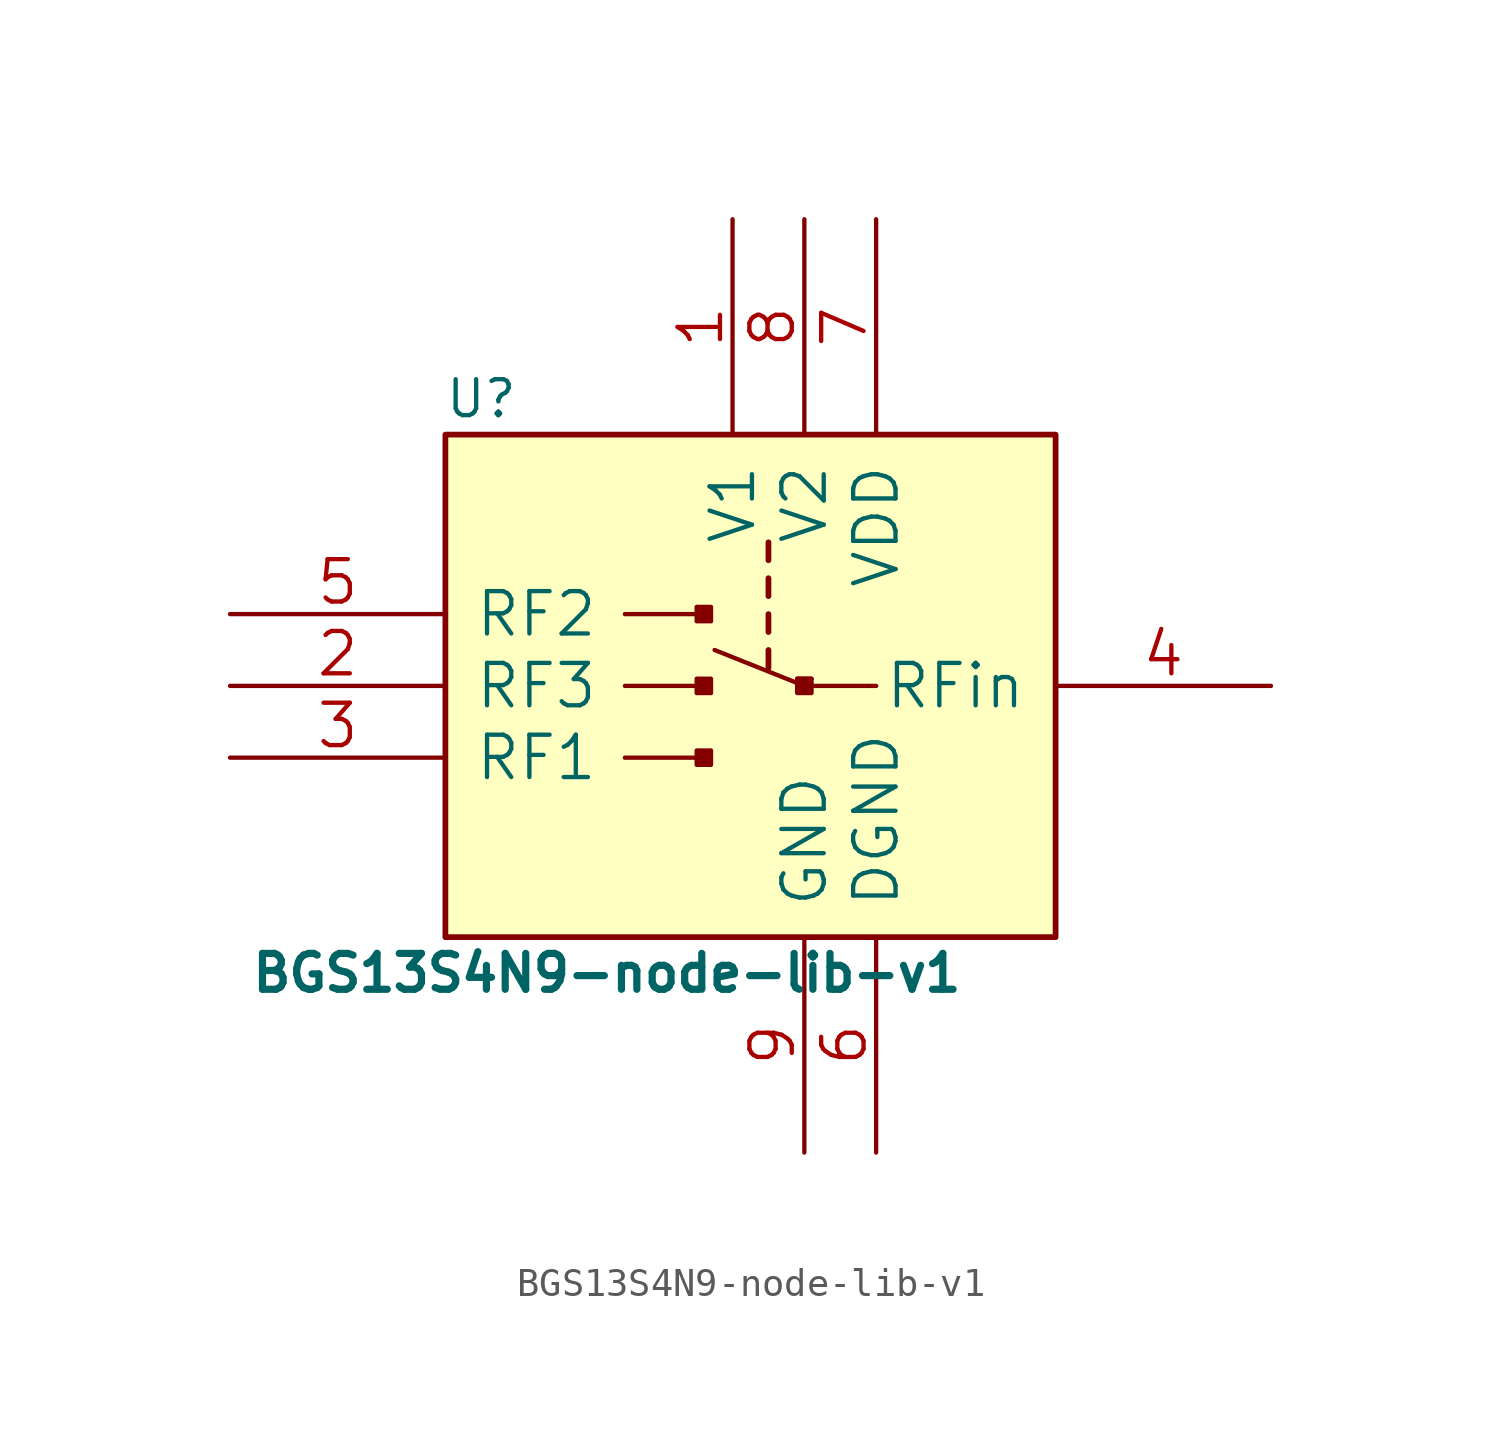
<source format=kicad_sym>
(kicad_symbol_lib
  (version 20211014)
  (generator kicad_symbol_editor)
  (symbol "BGS13S4N9-node-lib-v1"
    (pin_names
      (offset 1.016))
    (property "Reference" "U"
      (at -11.43 10.16 0)
      (effects (font (size 1.27 1.27))))
    (property "Value" "BGS13S4N9-node-lib-v1"
      (at -6.985 -10.16 0)
      (effects (font (size 1.27 1.27) bold)))
    (symbol "BGS13S4N9-node-lib-v1_0_1"
      (rectangle (start -12.7 8.89) (end 8.89 -8.89) (stroke (width 0.203) (type default) (color 0 0 0 0)) (fill (type background)))
      (rectangle (start -3.81 -2.286) (end -3.302 -2.794) (stroke (width 0) (type default) (color 0 0 0 0)) (fill (type outline)))
      (rectangle (start -3.81 0.254) (end -3.302 -0.254) (stroke (width 0) (type default) (color 0 0 0 0)) (fill (type outline)))
      (rectangle (start -3.81 2.794) (end -3.302 2.286) (stroke (width 0) (type default) (color 0 0 0 0)) (fill (type outline)))
      (polyline (pts (xy -6.35 -2.54) (xy -3.81 -2.54)) (stroke (width 0) (type default) (color 0 0 0 0)) (fill (type none)))
      (polyline (pts (xy -6.35 0) (xy -3.81 0)) (stroke (width 0) (type default) (color 0 0 0 0)) (fill (type none)))
      (polyline (pts (xy -6.35 2.54) (xy -3.81 2.54)) (stroke (width 0) (type default) (color 0 0 0 0)) (fill (type none)))
      (polyline (pts (xy -1.27 1.27) (xy -1.27 0.635)) (stroke (width 0.203) (type default) (color 0 0 0 0)) (fill (type none)))
      (polyline (pts (xy -1.27 2.54) (xy -1.27 1.905)) (stroke (width 0.203) (type default) (color 0 0 0 0)) (fill (type none)))
      (polyline (pts (xy -1.27 3.81) (xy -1.27 3.175)) (stroke (width 0.203) (type default) (color 0 0 0 0)) (fill (type none)))
      (polyline (pts (xy -1.27 5.08) (xy -1.27 4.445)) (stroke (width 0.203) (type default) (color 0 0 0 0)) (fill (type none)))
      (polyline (pts (xy 0 0) (xy -3.175 1.27)) (stroke (width 0) (type default) (color 0 0 0 0)) (fill (type none)))
      (polyline (pts (xy 2.54 0) (xy 0 0)) (stroke (width 0) (type default) (color 0 0 0 0)) (fill (type none)))
      (rectangle (start 0.254 0.254) (end -0.254 -0.254) (stroke (width 0) (type default) (color 0 0 0 0)) (fill (type outline)))
      (rectangle (start 0.254 0.254) (end -0.254 0.254) (stroke (width 0) (type default) (color 0 0 0 0)) (fill (type none))))
    (symbol "BGS13S4N9-node-lib-v1_1_1"
      (pin input line (at -2.54 16.51 270) (length 7.62) (name "V1" (effects (font (size 1.499 1.499)))) (number "1" (effects (font (size 1.499 1.499)))))
      (pin bidirectional line (at -20.32 0 0) (length 7.62) (name "RF3" (effects (font (size 1.499 1.499)))) (number "2" (effects (font (size 1.499 1.499)))))
      (pin bidirectional line (at -20.32 -2.54 0) (length 7.62) (name "RF1" (effects (font (size 1.499 1.499)))) (number "3" (effects (font (size 1.499 1.499)))))
      (pin bidirectional line (at 16.51 0 180) (length 7.62) (name "RFin" (effects (font (size 1.499 1.499)))) (number "4" (effects (font (size 1.499 1.499)))))
      (pin bidirectional line (at -20.32 2.54 0) (length 7.62) (name "RF2" (effects (font (size 1.499 1.499)))) (number "5" (effects (font (size 1.499 1.499)))))
      (pin passive line (at 2.54 -16.51 90) (length 7.62) (name "DGND" (effects (font (size 1.499 1.499)))) (number "6" (effects (font (size 1.499 1.499)))))
      (pin power_in line (at 2.54 16.51 270) (length 7.62) (name "VDD" (effects (font (size 1.499 1.499)))) (number "7" (effects (font (size 1.499 1.499)))))
      (pin input line (at 0 16.51 270) (length 7.62) (name "V2" (effects (font (size 1.499 1.499)))) (number "8" (effects (font (size 1.499 1.499)))))
      (pin passive line (at 0 -16.51 90) (length 7.62) (name "GND" (effects (font (size 1.499 1.499)))) (number "9" (effects (font (size 1.499 1.499))))))))
</source>
